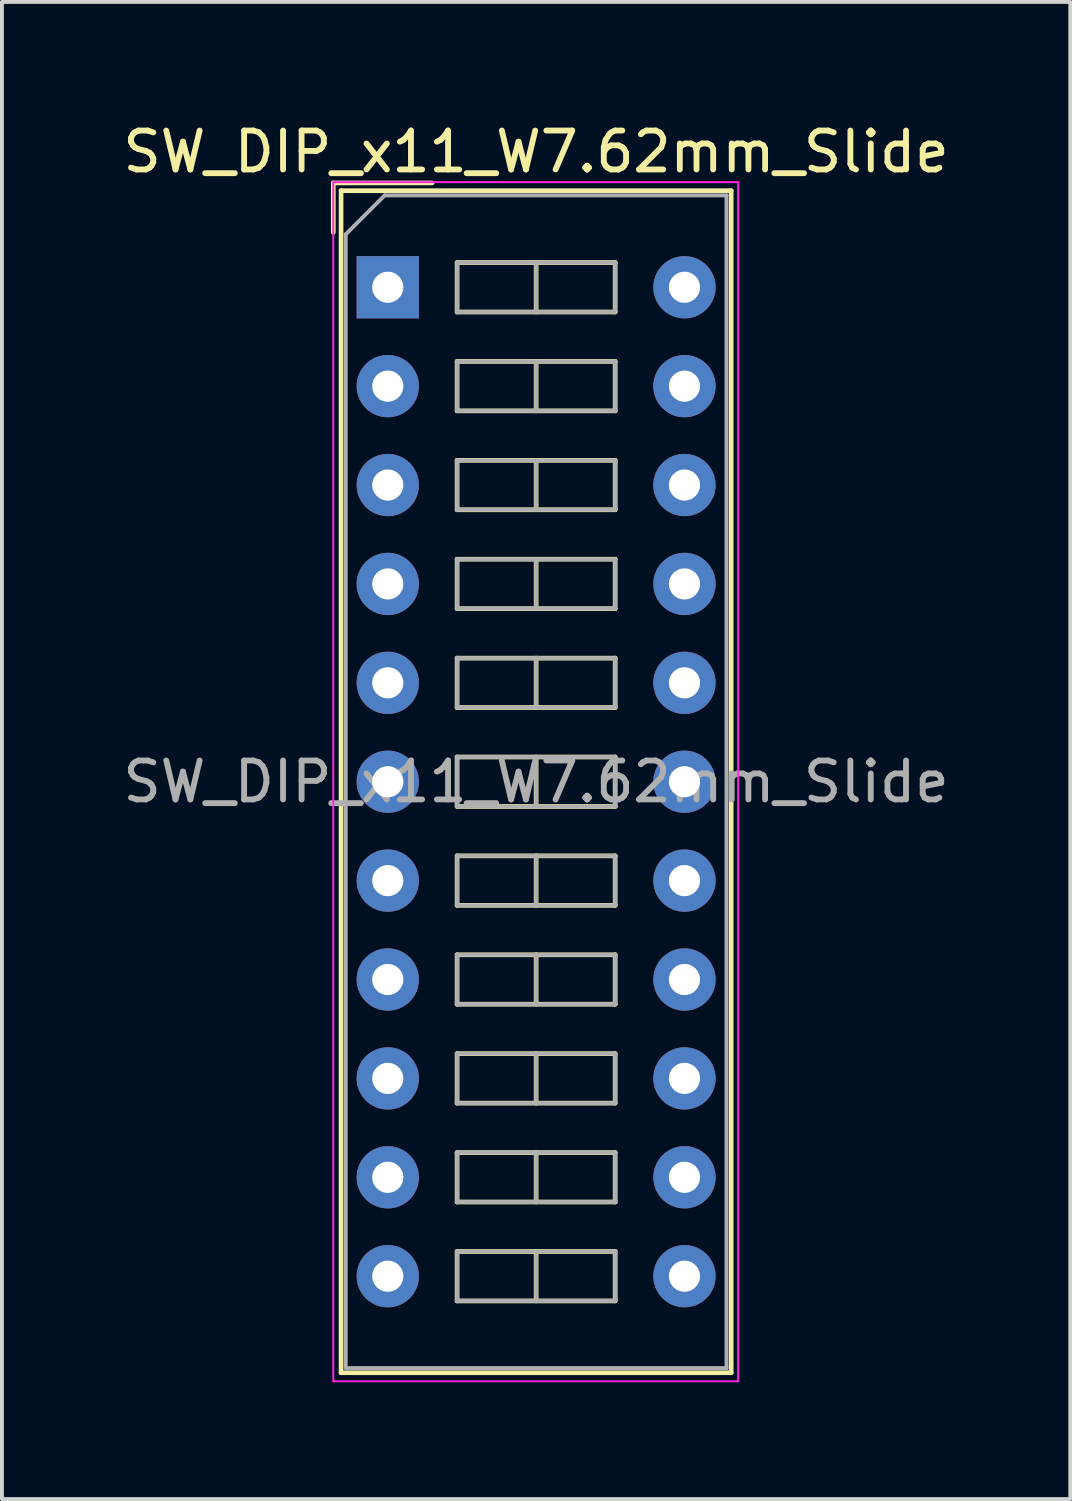
<source format=kicad_pcb>
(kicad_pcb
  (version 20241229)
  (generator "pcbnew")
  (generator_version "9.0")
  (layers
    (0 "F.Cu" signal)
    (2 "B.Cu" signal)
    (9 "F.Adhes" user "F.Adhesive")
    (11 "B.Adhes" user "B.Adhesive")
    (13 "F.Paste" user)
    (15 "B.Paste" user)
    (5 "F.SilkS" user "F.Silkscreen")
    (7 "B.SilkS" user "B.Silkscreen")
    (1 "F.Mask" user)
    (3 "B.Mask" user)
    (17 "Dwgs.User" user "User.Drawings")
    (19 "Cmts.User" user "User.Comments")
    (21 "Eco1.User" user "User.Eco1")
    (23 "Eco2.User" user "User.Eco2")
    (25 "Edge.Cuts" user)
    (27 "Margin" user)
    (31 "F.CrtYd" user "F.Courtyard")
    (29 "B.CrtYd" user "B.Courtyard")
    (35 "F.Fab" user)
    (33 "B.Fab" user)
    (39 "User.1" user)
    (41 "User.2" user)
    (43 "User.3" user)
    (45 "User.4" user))
  (footprint "SW_DIP_x11_W7.62mm_Slide"
    (layer "F.Cu")
    (at 6.91 4.328)
    (property "Reference" "SW_DIP_x11_W7.62mm_Slide" (at 3.81 -3.48 0) (layer "F.SilkS") (effects (font (size 1 1) (thickness 0.15))))
    (attr through_hole)
    (fp_line (start -1.4 -2.68) (end -1.4 -1.41) (stroke (width 0.12) (type solid)) (layer "F.SilkS"))
    (fp_line (start -1.4 -2.68) (end 1.14 -2.68) (stroke (width 0.12) (type solid)) (layer "F.SilkS"))
    (fp_line (start -1.2 -2.48) (end 8.82 -2.48) (stroke (width 0.12) (type solid)) (layer "F.SilkS"))
    (fp_line (start -1.2 27.88) (end -1.2 -2.48) (stroke (width 0.12) (type solid)) (layer "F.SilkS"))
    (fp_line (start 1.78 -0.635) (end 1.78 0.635) (stroke (width 0.12) (type solid)) (layer "F.SilkS"))
    (fp_line (start 1.78 0.635) (end 5.84 0.635) (stroke (width 0.12) (type solid)) (layer "F.SilkS"))
    (fp_line (start 1.78 1.905) (end 1.78 3.175) (stroke (width 0.12) (type solid)) (layer "F.SilkS"))
    (fp_line (start 1.78 3.175) (end 5.84 3.175) (stroke (width 0.12) (type solid)) (layer "F.SilkS"))
    (fp_line (start 1.78 4.445) (end 1.78 5.715) (stroke (width 0.12) (type solid)) (layer "F.SilkS"))
    (fp_line (start 1.78 5.715) (end 5.84 5.715) (stroke (width 0.12) (type solid)) (layer "F.SilkS"))
    (fp_line (start 1.78 6.985) (end 1.78 8.255) (stroke (width 0.12) (type solid)) (layer "F.SilkS"))
    (fp_line (start 1.78 8.255) (end 5.84 8.255) (stroke (width 0.12) (type solid)) (layer "F.SilkS"))
    (fp_line (start 1.78 9.525) (end 1.78 10.795) (stroke (width 0.12) (type solid)) (layer "F.SilkS"))
    (fp_line (start 1.78 10.795) (end 5.84 10.795) (stroke (width 0.12) (type solid)) (layer "F.SilkS"))
    (fp_line (start 1.78 12.065) (end 1.78 13.335) (stroke (width 0.12) (type solid)) (layer "F.SilkS"))
    (fp_line (start 1.78 13.335) (end 5.84 13.335) (stroke (width 0.12) (type solid)) (layer "F.SilkS"))
    (fp_line (start 1.78 14.605) (end 1.78 15.875) (stroke (width 0.12) (type solid)) (layer "F.SilkS"))
    (fp_line (start 1.78 15.875) (end 5.84 15.875) (stroke (width 0.12) (type solid)) (layer "F.SilkS"))
    (fp_line (start 1.78 17.145) (end 1.78 18.415) (stroke (width 0.12) (type solid)) (layer "F.SilkS"))
    (fp_line (start 1.78 18.415) (end 5.84 18.415) (stroke (width 0.12) (type solid)) (layer "F.SilkS"))
    (fp_line (start 1.78 19.685) (end 1.78 20.955) (stroke (width 0.12) (type solid)) (layer "F.SilkS"))
    (fp_line (start 1.78 20.955) (end 5.84 20.955) (stroke (width 0.12) (type solid)) (layer "F.SilkS"))
    (fp_line (start 1.78 22.225) (end 1.78 23.495) (stroke (width 0.12) (type solid)) (layer "F.SilkS"))
    (fp_line (start 1.78 23.495) (end 5.84 23.495) (stroke (width 0.12) (type solid)) (layer "F.SilkS"))
    (fp_line (start 1.78 24.765) (end 1.78 26.035) (stroke (width 0.12) (type solid)) (layer "F.SilkS"))
    (fp_line (start 1.78 26.035) (end 5.84 26.035) (stroke (width 0.12) (type solid)) (layer "F.SilkS"))
    (fp_line (start 3.81 -0.635) (end 3.81 0.635) (stroke (width 0.12) (type solid)) (layer "F.SilkS"))
    (fp_line (start 3.81 1.905) (end 3.81 3.175) (stroke (width 0.12) (type solid)) (layer "F.SilkS"))
    (fp_line (start 3.81 4.445) (end 3.81 5.715) (stroke (width 0.12) (type solid)) (layer "F.SilkS"))
    (fp_line (start 3.81 6.985) (end 3.81 8.255) (stroke (width 0.12) (type solid)) (layer "F.SilkS"))
    (fp_line (start 3.81 9.525) (end 3.81 10.795) (stroke (width 0.12) (type solid)) (layer "F.SilkS"))
    (fp_line (start 3.81 12.065) (end 3.81 13.335) (stroke (width 0.12) (type solid)) (layer "F.SilkS"))
    (fp_line (start 3.81 14.605) (end 3.81 15.875) (stroke (width 0.12) (type solid)) (layer "F.SilkS"))
    (fp_line (start 3.81 17.145) (end 3.81 18.415) (stroke (width 0.12) (type solid)) (layer "F.SilkS"))
    (fp_line (start 3.81 19.685) (end 3.81 20.955) (stroke (width 0.12) (type solid)) (layer "F.SilkS"))
    (fp_line (start 3.81 22.225) (end 3.81 23.495) (stroke (width 0.12) (type solid)) (layer "F.SilkS"))
    (fp_line (start 3.81 24.765) (end 3.81 26.035) (stroke (width 0.12) (type solid)) (layer "F.SilkS"))
    (fp_line (start 5.84 -0.635) (end 1.78 -0.635) (stroke (width 0.12) (type solid)) (layer "F.SilkS"))
    (fp_line (start 5.84 0.635) (end 5.84 -0.635) (stroke (width 0.12) (type solid)) (layer "F.SilkS"))
    (fp_line (start 5.84 1.905) (end 1.78 1.905) (stroke (width 0.12) (type solid)) (layer "F.SilkS"))
    (fp_line (start 5.84 3.175) (end 5.84 1.905) (stroke (width 0.12) (type solid)) (layer "F.SilkS"))
    (fp_line (start 5.84 4.445) (end 1.78 4.445) (stroke (width 0.12) (type solid)) (layer "F.SilkS"))
    (fp_line (start 5.84 5.715) (end 5.84 4.445) (stroke (width 0.12) (type solid)) (layer "F.SilkS"))
    (fp_line (start 5.84 6.985) (end 1.78 6.985) (stroke (width 0.12) (type solid)) (layer "F.SilkS"))
    (fp_line (start 5.84 8.255) (end 5.84 6.985) (stroke (width 0.12) (type solid)) (layer "F.SilkS"))
    (fp_line (start 5.84 9.525) (end 1.78 9.525) (stroke (width 0.12) (type solid)) (layer "F.SilkS"))
    (fp_line (start 5.84 10.795) (end 5.84 9.525) (stroke (width 0.12) (type solid)) (layer "F.SilkS"))
    (fp_line (start 5.84 12.065) (end 1.78 12.065) (stroke (width 0.12) (type solid)) (layer "F.SilkS"))
    (fp_line (start 5.84 13.335) (end 5.84 12.065) (stroke (width 0.12) (type solid)) (layer "F.SilkS"))
    (fp_line (start 5.84 14.605) (end 1.78 14.605) (stroke (width 0.12) (type solid)) (layer "F.SilkS"))
    (fp_line (start 5.84 15.875) (end 5.84 14.605) (stroke (width 0.12) (type solid)) (layer "F.SilkS"))
    (fp_line (start 5.84 17.145) (end 1.78 17.145) (stroke (width 0.12) (type solid)) (layer "F.SilkS"))
    (fp_line (start 5.84 18.415) (end 5.84 17.145) (stroke (width 0.12) (type solid)) (layer "F.SilkS"))
    (fp_line (start 5.84 19.685) (end 1.78 19.685) (stroke (width 0.12) (type solid)) (layer "F.SilkS"))
    (fp_line (start 5.84 20.955) (end 5.84 19.685) (stroke (width 0.12) (type solid)) (layer "F.SilkS"))
    (fp_line (start 5.84 22.225) (end 1.78 22.225) (stroke (width 0.12) (type solid)) (layer "F.SilkS"))
    (fp_line (start 5.84 23.495) (end 5.84 22.225) (stroke (width 0.12) (type solid)) (layer "F.SilkS"))
    (fp_line (start 5.84 24.765) (end 1.78 24.765) (stroke (width 0.12) (type solid)) (layer "F.SilkS"))
    (fp_line (start 5.84 26.035) (end 5.84 24.765) (stroke (width 0.12) (type solid)) (layer "F.SilkS"))
    (fp_line (start 8.82 -2.48) (end 8.82 27.88) (stroke (width 0.12) (type solid)) (layer "F.SilkS"))
    (fp_line (start 8.82 27.88) (end -1.2 27.88) (stroke (width 0.12) (type solid)) (layer "F.SilkS"))
    (fp_line (start -1.4 -2.7) (end -1.4 28.1) (stroke (width 0.05) (type solid)) (layer "F.CrtYd"))
    (fp_line (start -1.4 28.1) (end 9 28.1) (stroke (width 0.05) (type solid)) (layer "F.CrtYd"))
    (fp_line (start 9 -2.7) (end -1.4 -2.7) (stroke (width 0.05) (type solid)) (layer "F.CrtYd"))
    (fp_line (start 9 28.1) (end 9 -2.7) (stroke (width 0.05) (type solid)) (layer "F.CrtYd"))
    (fp_line (start -1.08 -1.36) (end -0.08 -2.36) (stroke (width 0.1) (type solid)) (layer "F.Fab"))
    (fp_line (start -1.08 27.76) (end -1.08 -1.36) (stroke (width 0.1) (type solid)) (layer "F.Fab"))
    (fp_line (start -0.08 -2.36) (end 8.7 -2.36) (stroke (width 0.1) (type solid)) (layer "F.Fab"))
    (fp_line (start 1.78 -0.635) (end 1.78 0.635) (stroke (width 0.1) (type solid)) (layer "F.Fab"))
    (fp_line (start 1.78 0.635) (end 5.84 0.635) (stroke (width 0.1) (type solid)) (layer "F.Fab"))
    (fp_line (start 1.78 1.905) (end 1.78 3.175) (stroke (width 0.1) (type solid)) (layer "F.Fab"))
    (fp_line (start 1.78 3.175) (end 5.84 3.175) (stroke (width 0.1) (type solid)) (layer "F.Fab"))
    (fp_line (start 1.78 4.445) (end 1.78 5.715) (stroke (width 0.1) (type solid)) (layer "F.Fab"))
    (fp_line (start 1.78 5.715) (end 5.84 5.715) (stroke (width 0.1) (type solid)) (layer "F.Fab"))
    (fp_line (start 1.78 6.985) (end 1.78 8.255) (stroke (width 0.1) (type solid)) (layer "F.Fab"))
    (fp_line (start 1.78 8.255) (end 5.84 8.255) (stroke (width 0.1) (type solid)) (layer "F.Fab"))
    (fp_line (start 1.78 9.525) (end 1.78 10.795) (stroke (width 0.1) (type solid)) (layer "F.Fab"))
    (fp_line (start 1.78 10.795) (end 5.84 10.795) (stroke (width 0.1) (type solid)) (layer "F.Fab"))
    (fp_line (start 1.78 12.065) (end 1.78 13.335) (stroke (width 0.1) (type solid)) (layer "F.Fab"))
    (fp_line (start 1.78 13.335) (end 5.84 13.335) (stroke (width 0.1) (type solid)) (layer "F.Fab"))
    (fp_line (start 1.78 14.605) (end 1.78 15.875) (stroke (width 0.1) (type solid)) (layer "F.Fab"))
    (fp_line (start 1.78 15.875) (end 5.84 15.875) (stroke (width 0.1) (type solid)) (layer "F.Fab"))
    (fp_line (start 1.78 17.145) (end 1.78 18.415) (stroke (width 0.1) (type solid)) (layer "F.Fab"))
    (fp_line (start 1.78 18.415) (end 5.84 18.415) (stroke (width 0.1) (type solid)) (layer "F.Fab"))
    (fp_line (start 1.78 19.685) (end 1.78 20.955) (stroke (width 0.1) (type solid)) (layer "F.Fab"))
    (fp_line (start 1.78 20.955) (end 5.84 20.955) (stroke (width 0.1) (type solid)) (layer "F.Fab"))
    (fp_line (start 1.78 22.225) (end 1.78 23.495) (stroke (width 0.1) (type solid)) (layer "F.Fab"))
    (fp_line (start 1.78 23.495) (end 5.84 23.495) (stroke (width 0.1) (type solid)) (layer "F.Fab"))
    (fp_line (start 1.78 24.765) (end 1.78 26.035) (stroke (width 0.1) (type solid)) (layer "F.Fab"))
    (fp_line (start 1.78 26.035) (end 5.84 26.035) (stroke (width 0.1) (type solid)) (layer "F.Fab"))
    (fp_line (start 3.81 -0.635) (end 3.81 0.635) (stroke (width 0.1) (type solid)) (layer "F.Fab"))
    (fp_line (start 3.81 1.905) (end 3.81 3.175) (stroke (width 0.1) (type solid)) (layer "F.Fab"))
    (fp_line (start 3.81 4.445) (end 3.81 5.715) (stroke (width 0.1) (type solid)) (layer "F.Fab"))
    (fp_line (start 3.81 6.985) (end 3.81 8.255) (stroke (width 0.1) (type solid)) (layer "F.Fab"))
    (fp_line (start 3.81 9.525) (end 3.81 10.795) (stroke (width 0.1) (type solid)) (layer "F.Fab"))
    (fp_line (start 3.81 12.065) (end 3.81 13.335) (stroke (width 0.1) (type solid)) (layer "F.Fab"))
    (fp_line (start 3.81 14.605) (end 3.81 15.875) (stroke (width 0.1) (type solid)) (layer "F.Fab"))
    (fp_line (start 3.81 17.145) (end 3.81 18.415) (stroke (width 0.1) (type solid)) (layer "F.Fab"))
    (fp_line (start 3.81 19.685) (end 3.81 20.955) (stroke (width 0.1) (type solid)) (layer "F.Fab"))
    (fp_line (start 3.81 22.225) (end 3.81 23.495) (stroke (width 0.1) (type solid)) (layer "F.Fab"))
    (fp_line (start 3.81 24.765) (end 3.81 26.035) (stroke (width 0.1) (type solid)) (layer "F.Fab"))
    (fp_line (start 5.84 -0.635) (end 1.78 -0.635) (stroke (width 0.1) (type solid)) (layer "F.Fab"))
    (fp_line (start 5.84 0.635) (end 5.84 -0.635) (stroke (width 0.1) (type solid)) (layer "F.Fab"))
    (fp_line (start 5.84 1.905) (end 1.78 1.905) (stroke (width 0.1) (type solid)) (layer "F.Fab"))
    (fp_line (start 5.84 3.175) (end 5.84 1.905) (stroke (width 0.1) (type solid)) (layer "F.Fab"))
    (fp_line (start 5.84 4.445) (end 1.78 4.445) (stroke (width 0.1) (type solid)) (layer "F.Fab"))
    (fp_line (start 5.84 5.715) (end 5.84 4.445) (stroke (width 0.1) (type solid)) (layer "F.Fab"))
    (fp_line (start 5.84 6.985) (end 1.78 6.985) (stroke (width 0.1) (type solid)) (layer "F.Fab"))
    (fp_line (start 5.84 8.255) (end 5.84 6.985) (stroke (width 0.1) (type solid)) (layer "F.Fab"))
    (fp_line (start 5.84 9.525) (end 1.78 9.525) (stroke (width 0.1) (type solid)) (layer "F.Fab"))
    (fp_line (start 5.84 10.795) (end 5.84 9.525) (stroke (width 0.1) (type solid)) (layer "F.Fab"))
    (fp_line (start 5.84 12.065) (end 1.78 12.065) (stroke (width 0.1) (type solid)) (layer "F.Fab"))
    (fp_line (start 5.84 13.335) (end 5.84 12.065) (stroke (width 0.1) (type solid)) (layer "F.Fab"))
    (fp_line (start 5.84 14.605) (end 1.78 14.605) (stroke (width 0.1) (type solid)) (layer "F.Fab"))
    (fp_line (start 5.84 15.875) (end 5.84 14.605) (stroke (width 0.1) (type solid)) (layer "F.Fab"))
    (fp_line (start 5.84 17.145) (end 1.78 17.145) (stroke (width 0.1) (type solid)) (layer "F.Fab"))
    (fp_line (start 5.84 18.415) (end 5.84 17.145) (stroke (width 0.1) (type solid)) (layer "F.Fab"))
    (fp_line (start 5.84 19.685) (end 1.78 19.685) (stroke (width 0.1) (type solid)) (layer "F.Fab"))
    (fp_line (start 5.84 20.955) (end 5.84 19.685) (stroke (width 0.1) (type solid)) (layer "F.Fab"))
    (fp_line (start 5.84 22.225) (end 1.78 22.225) (stroke (width 0.1) (type solid)) (layer "F.Fab"))
    (fp_line (start 5.84 23.495) (end 5.84 22.225) (stroke (width 0.1) (type solid)) (layer "F.Fab"))
    (fp_line (start 5.84 24.765) (end 1.78 24.765) (stroke (width 0.1) (type solid)) (layer "F.Fab"))
    (fp_line (start 5.84 26.035) (end 5.84 24.765) (stroke (width 0.1) (type solid)) (layer "F.Fab"))
    (fp_line (start 8.7 -2.36) (end 8.7 27.76) (stroke (width 0.1) (type solid)) (layer "F.Fab"))
    (fp_line (start 8.7 27.76) (end -1.08 27.76) (stroke (width 0.1) (type solid)) (layer "F.Fab"))
    (fp_text user "${REFERENCE}" (at 3.81 12.7 0) (layer "F.Fab") (effects (font (size 1 1) (thickness 0.15))))
    (pad "1" thru_hole rect (at 0 0) (size 1.6 1.6) (drill 0.8) (layers "*.Cu" "*.Mask"))
    (pad "2" thru_hole oval (at 0 2.54) (size 1.6 1.6) (drill 0.8) (layers "*.Cu" "*.Mask"))
    (pad "3" thru_hole oval (at 0 5.08) (size 1.6 1.6) (drill 0.8) (layers "*.Cu" "*.Mask"))
    (pad "4" thru_hole oval (at 0 7.62) (size 1.6 1.6) (drill 0.8) (layers "*.Cu" "*.Mask"))
    (pad "5" thru_hole oval (at 0 10.16) (size 1.6 1.6) (drill 0.8) (layers "*.Cu" "*.Mask"))
    (pad "6" thru_hole oval (at 0 12.7) (size 1.6 1.6) (drill 0.8) (layers "*.Cu" "*.Mask"))
    (pad "7" thru_hole oval (at 0 15.24) (size 1.6 1.6) (drill 0.8) (layers "*.Cu" "*.Mask"))
    (pad "8" thru_hole oval (at 0 17.78) (size 1.6 1.6) (drill 0.8) (layers "*.Cu" "*.Mask"))
    (pad "9" thru_hole oval (at 0 20.32) (size 1.6 1.6) (drill 0.8) (layers "*.Cu" "*.Mask"))
    (pad "10" thru_hole oval (at 0 22.86) (size 1.6 1.6) (drill 0.8) (layers "*.Cu" "*.Mask"))
    (pad "11" thru_hole oval (at 0 25.4) (size 1.6 1.6) (drill 0.8) (layers "*.Cu" "*.Mask"))
    (pad "12" thru_hole oval (at 7.62 25.4) (size 1.6 1.6) (drill 0.8) (layers "*.Cu" "*.Mask"))
    (pad "13" thru_hole oval (at 7.62 22.86) (size 1.6 1.6) (drill 0.8) (layers "*.Cu" "*.Mask"))
    (pad "14" thru_hole oval (at 7.62 20.32) (size 1.6 1.6) (drill 0.8) (layers "*.Cu" "*.Mask"))
    (pad "15" thru_hole oval (at 7.62 17.78) (size 1.6 1.6) (drill 0.8) (layers "*.Cu" "*.Mask"))
    (pad "16" thru_hole oval (at 7.62 15.24) (size 1.6 1.6) (drill 0.8) (layers "*.Cu" "*.Mask"))
    (pad "17" thru_hole oval (at 7.62 12.7) (size 1.6 1.6) (drill 0.8) (layers "*.Cu" "*.Mask"))
    (pad "18" thru_hole oval (at 7.62 10.16) (size 1.6 1.6) (drill 0.8) (layers "*.Cu" "*.Mask"))
    (pad "19" thru_hole oval (at 7.62 7.62) (size 1.6 1.6) (drill 0.8) (layers "*.Cu" "*.Mask"))
    (pad "20" thru_hole oval (at 7.62 5.08) (size 1.6 1.6) (drill 0.8) (layers "*.Cu" "*.Mask"))
    (pad "21" thru_hole oval (at 7.62 2.54) (size 1.6 1.6) (drill 0.8) (layers "*.Cu" "*.Mask"))
    (pad "22" thru_hole oval (at 7.62 0) (size 1.6 1.6) (drill 0.8) (layers "*.Cu" "*.Mask")))
  (gr_rect
    (start -3 -3)
    (end 24.44 35.453)
    (stroke (width 0.1) (type default))
    (fill no)
    (layer "Edge.Cuts")))
</source>
